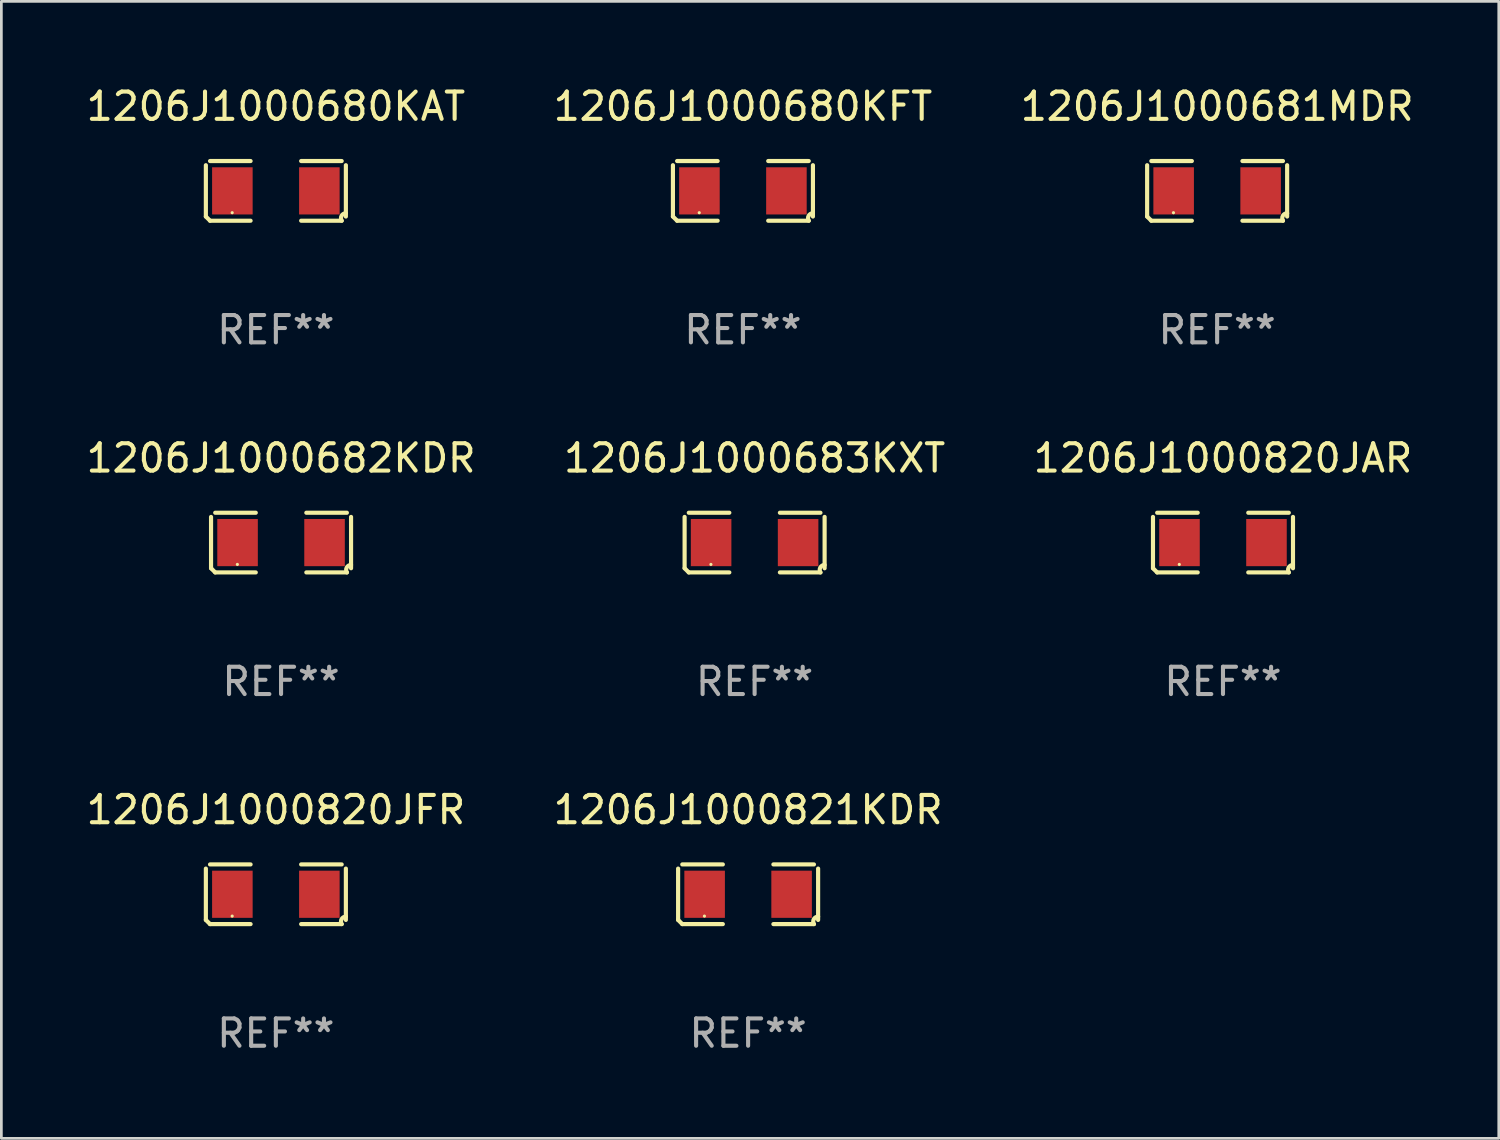
<source format=kicad_pcb>
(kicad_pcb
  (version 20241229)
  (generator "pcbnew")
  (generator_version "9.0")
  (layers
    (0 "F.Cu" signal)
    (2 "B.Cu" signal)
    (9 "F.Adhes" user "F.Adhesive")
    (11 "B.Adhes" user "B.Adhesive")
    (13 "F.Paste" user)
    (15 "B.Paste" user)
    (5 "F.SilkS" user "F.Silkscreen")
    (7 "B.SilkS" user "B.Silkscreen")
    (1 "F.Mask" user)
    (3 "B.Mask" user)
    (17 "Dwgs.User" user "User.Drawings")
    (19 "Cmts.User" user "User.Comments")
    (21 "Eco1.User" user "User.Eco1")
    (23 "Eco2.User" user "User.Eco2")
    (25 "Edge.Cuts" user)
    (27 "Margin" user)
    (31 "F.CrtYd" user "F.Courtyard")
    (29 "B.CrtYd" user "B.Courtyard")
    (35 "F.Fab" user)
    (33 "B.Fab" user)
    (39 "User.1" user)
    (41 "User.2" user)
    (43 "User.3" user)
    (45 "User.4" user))
  (footprint "1206J1000683KXT"
    (layer "F.Cu")
    (at 24.589 16.823)
    (property "Reference" "1206J1000683KXT" (at 0 -3.093 0) (layer "F.SilkS") (effects (font (size 1 1) (thickness 0.15))))
    (attr through_hole)
    (fp_line (start -2.564 0.94) (end -2.564 -0.94) (stroke (width 0.152) (type solid)) (layer "F.SilkS"))
    (fp_line (start -2.411 -1.093) (end -0.926 -1.093) (stroke (width 0.152) (type solid)) (layer "F.SilkS"))
    (fp_line (start -0.926 1.093) (end -2.411 1.093) (stroke (width 0.152) (type solid)) (layer "F.SilkS"))
    (fp_line (start 0.926 1.093) (end 2.411 1.093) (stroke (width 0.152) (type solid)) (layer "F.SilkS"))
    (fp_line (start 2.411 -1.093) (end 0.926 -1.093) (stroke (width 0.152) (type solid)) (layer "F.SilkS"))
    (fp_line (start 2.564 0.94) (end 2.564 -0.94) (stroke (width 0.152) (type solid)) (layer "F.SilkS"))
    (fp_arc (start -2.411201 1.092609) (mid -2.487413 1.01642) (end -2.563602 0.940208) (stroke (width 0.1524) (type solid)) (layer "F.SilkS"))
    (fp_arc (start 2.411201 1.092609) (mid 2.407159 0.911226) (end 2.563602 0.819347) (stroke (width 0.1524) (type solid)) (layer "F.SilkS"))
    (fp_circle (center -1.6 0.8) (end -1.57 0.8) (stroke (width 0.06) (type solid)) (fill no) (layer "F.SilkS"))
    (fp_text user "REF**" (at 0 5.093 0) (layer "F.Fab") (effects (font (size 1 1) (thickness 0.15))))
    (pad "1" smd rect (at -1.593 0) (size 1.485 1.728) (layers "F.Cu" "F.Mask" "F.Paste"))
    (pad "2" smd rect (at 1.593 0) (size 1.485 1.728) (layers "F.Cu" "F.Mask" "F.Paste")))
  (footprint "1206J1000820JFR"
    (layer "F.Cu")
    (at 7.054 29.704)
    (property "Reference" "1206J1000820JFR" (at 0 -3.093 0) (layer "F.SilkS") (effects (font (size 1 1) (thickness 0.15))))
    (attr through_hole)
    (fp_line (start -2.564 0.94) (end -2.564 -0.94) (stroke (width 0.152) (type solid)) (layer "F.SilkS"))
    (fp_line (start -2.411 -1.093) (end -0.926 -1.093) (stroke (width 0.152) (type solid)) (layer "F.SilkS"))
    (fp_line (start -0.926 1.093) (end -2.411 1.093) (stroke (width 0.152) (type solid)) (layer "F.SilkS"))
    (fp_line (start 0.926 1.093) (end 2.411 1.093) (stroke (width 0.152) (type solid)) (layer "F.SilkS"))
    (fp_line (start 2.411 -1.093) (end 0.926 -1.093) (stroke (width 0.152) (type solid)) (layer "F.SilkS"))
    (fp_line (start 2.564 0.94) (end 2.564 -0.94) (stroke (width 0.152) (type solid)) (layer "F.SilkS"))
    (fp_arc (start -2.411201 1.092609) (mid -2.487413 1.01642) (end -2.563602 0.940208) (stroke (width 0.1524) (type solid)) (layer "F.SilkS"))
    (fp_arc (start 2.411201 1.092609) (mid 2.407159 0.911226) (end 2.563602 0.819347) (stroke (width 0.1524) (type solid)) (layer "F.SilkS"))
    (fp_circle (center -1.6 0.8) (end -1.57 0.8) (stroke (width 0.06) (type solid)) (fill no) (layer "F.SilkS"))
    (fp_text user "REF**" (at 0 5.093 0) (layer "F.Fab") (effects (font (size 1 1) (thickness 0.15))))
    (pad "1" smd rect (at -1.593 0) (size 1.485 1.728) (layers "F.Cu" "F.Mask" "F.Paste"))
    (pad "2" smd rect (at 1.593 0) (size 1.485 1.728) (layers "F.Cu" "F.Mask" "F.Paste")))
  (footprint "1206J1000680KFT"
    (layer "F.Cu")
    (at 24.161 3.941)
    (property "Reference" "1206J1000680KFT" (at 0 -3.093 0) (layer "F.SilkS") (effects (font (size 1 1) (thickness 0.15))))
    (attr through_hole)
    (fp_line (start -2.564 0.94) (end -2.564 -0.94) (stroke (width 0.152) (type solid)) (layer "F.SilkS"))
    (fp_line (start -2.411 -1.093) (end -0.926 -1.093) (stroke (width 0.152) (type solid)) (layer "F.SilkS"))
    (fp_line (start -0.926 1.093) (end -2.411 1.093) (stroke (width 0.152) (type solid)) (layer "F.SilkS"))
    (fp_line (start 0.926 1.093) (end 2.411 1.093) (stroke (width 0.152) (type solid)) (layer "F.SilkS"))
    (fp_line (start 2.411 -1.093) (end 0.926 -1.093) (stroke (width 0.152) (type solid)) (layer "F.SilkS"))
    (fp_line (start 2.564 0.94) (end 2.564 -0.94) (stroke (width 0.152) (type solid)) (layer "F.SilkS"))
    (fp_arc (start -2.411201 1.092609) (mid -2.487413 1.01642) (end -2.563602 0.940208) (stroke (width 0.1524) (type solid)) (layer "F.SilkS"))
    (fp_arc (start 2.411201 1.092609) (mid 2.407159 0.911226) (end 2.563602 0.819347) (stroke (width 0.1524) (type solid)) (layer "F.SilkS"))
    (fp_circle (center -1.6 0.8) (end -1.57 0.8) (stroke (width 0.06) (type solid)) (fill no) (layer "F.SilkS"))
    (fp_text user "REF**" (at 0 5.093 0) (layer "F.Fab") (effects (font (size 1 1) (thickness 0.15))))
    (pad "1" smd rect (at -1.593 0) (size 1.485 1.728) (layers "F.Cu" "F.Mask" "F.Paste"))
    (pad "2" smd rect (at 1.593 0) (size 1.485 1.728) (layers "F.Cu" "F.Mask" "F.Paste")))
  (footprint "1206J1000682KDR"
    (layer "F.Cu")
    (at 7.244 16.823)
    (property "Reference" "1206J1000682KDR" (at 0 -3.093 0) (layer "F.SilkS") (effects (font (size 1 1) (thickness 0.15))))
    (attr through_hole)
    (fp_line (start -2.564 0.94) (end -2.564 -0.94) (stroke (width 0.152) (type solid)) (layer "F.SilkS"))
    (fp_line (start -2.411 -1.093) (end -0.926 -1.093) (stroke (width 0.152) (type solid)) (layer "F.SilkS"))
    (fp_line (start -0.926 1.093) (end -2.411 1.093) (stroke (width 0.152) (type solid)) (layer "F.SilkS"))
    (fp_line (start 0.926 1.093) (end 2.411 1.093) (stroke (width 0.152) (type solid)) (layer "F.SilkS"))
    (fp_line (start 2.411 -1.093) (end 0.926 -1.093) (stroke (width 0.152) (type solid)) (layer "F.SilkS"))
    (fp_line (start 2.564 0.94) (end 2.564 -0.94) (stroke (width 0.152) (type solid)) (layer "F.SilkS"))
    (fp_arc (start -2.411201 1.092609) (mid -2.487413 1.01642) (end -2.563602 0.940208) (stroke (width 0.1524) (type solid)) (layer "F.SilkS"))
    (fp_arc (start 2.411201 1.092609) (mid 2.407159 0.911226) (end 2.563602 0.819347) (stroke (width 0.1524) (type solid)) (layer "F.SilkS"))
    (fp_circle (center -1.6 0.8) (end -1.57 0.8) (stroke (width 0.06) (type solid)) (fill no) (layer "F.SilkS"))
    (fp_text user "REF**" (at 0 5.093 0) (layer "F.Fab") (effects (font (size 1 1) (thickness 0.15))))
    (pad "1" smd rect (at -1.593 0) (size 1.485 1.728) (layers "F.Cu" "F.Mask" "F.Paste"))
    (pad "2" smd rect (at 1.593 0) (size 1.485 1.728) (layers "F.Cu" "F.Mask" "F.Paste")))
  (footprint "1206J1000680KAT"
    (layer "F.Cu")
    (at 7.054 3.941)
    (property "Reference" "1206J1000680KAT" (at 0 -3.093 0) (layer "F.SilkS") (effects (font (size 1 1) (thickness 0.15))))
    (attr through_hole)
    (fp_line (start -2.564 0.94) (end -2.564 -0.94) (stroke (width 0.152) (type solid)) (layer "F.SilkS"))
    (fp_line (start -2.411 -1.093) (end -0.926 -1.093) (stroke (width 0.152) (type solid)) (layer "F.SilkS"))
    (fp_line (start -0.926 1.093) (end -2.411 1.093) (stroke (width 0.152) (type solid)) (layer "F.SilkS"))
    (fp_line (start 0.926 1.093) (end 2.411 1.093) (stroke (width 0.152) (type solid)) (layer "F.SilkS"))
    (fp_line (start 2.411 -1.093) (end 0.926 -1.093) (stroke (width 0.152) (type solid)) (layer "F.SilkS"))
    (fp_line (start 2.564 0.94) (end 2.564 -0.94) (stroke (width 0.152) (type solid)) (layer "F.SilkS"))
    (fp_arc (start -2.411201 1.092609) (mid -2.487413 1.01642) (end -2.563602 0.940208) (stroke (width 0.1524) (type solid)) (layer "F.SilkS"))
    (fp_arc (start 2.411201 1.092609) (mid 2.407159 0.911226) (end 2.563602 0.819347) (stroke (width 0.1524) (type solid)) (layer "F.SilkS"))
    (fp_circle (center -1.6 0.8) (end -1.57 0.8) (stroke (width 0.06) (type solid)) (fill no) (layer "F.SilkS"))
    (fp_text user "REF**" (at 0 5.093 0) (layer "F.Fab") (effects (font (size 1 1) (thickness 0.15))))
    (pad "1" smd rect (at -1.593 0) (size 1.485 1.728) (layers "F.Cu" "F.Mask" "F.Paste"))
    (pad "2" smd rect (at 1.593 0) (size 1.485 1.728) (layers "F.Cu" "F.Mask" "F.Paste")))
  (footprint "1206J1000820JAR"
    (layer "F.Cu")
    (at 41.744 16.823)
    (property "Reference" "1206J1000820JAR" (at 0 -3.093 0) (layer "F.SilkS") (effects (font (size 1 1) (thickness 0.15))))
    (attr through_hole)
    (fp_line (start -2.564 0.94) (end -2.564 -0.94) (stroke (width 0.152) (type solid)) (layer "F.SilkS"))
    (fp_line (start -2.411 -1.093) (end -0.926 -1.093) (stroke (width 0.152) (type solid)) (layer "F.SilkS"))
    (fp_line (start -0.926 1.093) (end -2.411 1.093) (stroke (width 0.152) (type solid)) (layer "F.SilkS"))
    (fp_line (start 0.926 1.093) (end 2.411 1.093) (stroke (width 0.152) (type solid)) (layer "F.SilkS"))
    (fp_line (start 2.411 -1.093) (end 0.926 -1.093) (stroke (width 0.152) (type solid)) (layer "F.SilkS"))
    (fp_line (start 2.564 0.94) (end 2.564 -0.94) (stroke (width 0.152) (type solid)) (layer "F.SilkS"))
    (fp_arc (start -2.411201 1.092609) (mid -2.487413 1.01642) (end -2.563602 0.940208) (stroke (width 0.1524) (type solid)) (layer "F.SilkS"))
    (fp_arc (start 2.411201 1.092609) (mid 2.407159 0.911226) (end 2.563602 0.819347) (stroke (width 0.1524) (type solid)) (layer "F.SilkS"))
    (fp_circle (center -1.6 0.8) (end -1.57 0.8) (stroke (width 0.06) (type solid)) (fill no) (layer "F.SilkS"))
    (fp_text user "REF**" (at 0 5.093 0) (layer "F.Fab") (effects (font (size 1 1) (thickness 0.15))))
    (pad "1" smd rect (at -1.593 0) (size 1.485 1.728) (layers "F.Cu" "F.Mask" "F.Paste"))
    (pad "2" smd rect (at 1.593 0) (size 1.485 1.728) (layers "F.Cu" "F.Mask" "F.Paste")))
  (footprint "1206J1000681MDR"
    (layer "F.Cu")
    (at 41.53 3.941)
    (property "Reference" "1206J1000681MDR" (at 0 -3.093 0) (layer "F.SilkS") (effects (font (size 1 1) (thickness 0.15))))
    (attr through_hole)
    (fp_line (start -2.564 0.94) (end -2.564 -0.94) (stroke (width 0.152) (type solid)) (layer "F.SilkS"))
    (fp_line (start -2.411 -1.093) (end -0.926 -1.093) (stroke (width 0.152) (type solid)) (layer "F.SilkS"))
    (fp_line (start -0.926 1.093) (end -2.411 1.093) (stroke (width 0.152) (type solid)) (layer "F.SilkS"))
    (fp_line (start 0.926 1.093) (end 2.411 1.093) (stroke (width 0.152) (type solid)) (layer "F.SilkS"))
    (fp_line (start 2.411 -1.093) (end 0.926 -1.093) (stroke (width 0.152) (type solid)) (layer "F.SilkS"))
    (fp_line (start 2.564 0.94) (end 2.564 -0.94) (stroke (width 0.152) (type solid)) (layer "F.SilkS"))
    (fp_arc (start -2.411201 1.092609) (mid -2.487413 1.01642) (end -2.563602 0.940208) (stroke (width 0.1524) (type solid)) (layer "F.SilkS"))
    (fp_arc (start 2.411201 1.092609) (mid 2.407159 0.911226) (end 2.563602 0.819347) (stroke (width 0.1524) (type solid)) (layer "F.SilkS"))
    (fp_circle (center -1.6 0.8) (end -1.57 0.8) (stroke (width 0.06) (type solid)) (fill no) (layer "F.SilkS"))
    (fp_text user "REF**" (at 0 5.093 0) (layer "F.Fab") (effects (font (size 1 1) (thickness 0.15))))
    (pad "1" smd rect (at -1.593 0) (size 1.485 1.728) (layers "F.Cu" "F.Mask" "F.Paste"))
    (pad "2" smd rect (at 1.593 0) (size 1.485 1.728) (layers "F.Cu" "F.Mask" "F.Paste")))
  (footprint "1206J1000821KDR"
    (layer "F.Cu")
    (at 24.351 29.704)
    (property "Reference" "1206J1000821KDR" (at 0 -3.093 0) (layer "F.SilkS") (effects (font (size 1 1) (thickness 0.15))))
    (attr through_hole)
    (fp_line (start -2.564 0.94) (end -2.564 -0.94) (stroke (width 0.152) (type solid)) (layer "F.SilkS"))
    (fp_line (start -2.411 -1.093) (end -0.926 -1.093) (stroke (width 0.152) (type solid)) (layer "F.SilkS"))
    (fp_line (start -0.926 1.093) (end -2.411 1.093) (stroke (width 0.152) (type solid)) (layer "F.SilkS"))
    (fp_line (start 0.926 1.093) (end 2.411 1.093) (stroke (width 0.152) (type solid)) (layer "F.SilkS"))
    (fp_line (start 2.411 -1.093) (end 0.926 -1.093) (stroke (width 0.152) (type solid)) (layer "F.SilkS"))
    (fp_line (start 2.564 0.94) (end 2.564 -0.94) (stroke (width 0.152) (type solid)) (layer "F.SilkS"))
    (fp_arc (start -2.411201 1.092609) (mid -2.487413 1.01642) (end -2.563602 0.940208) (stroke (width 0.1524) (type solid)) (layer "F.SilkS"))
    (fp_arc (start 2.411201 1.092609) (mid 2.407159 0.911226) (end 2.563602 0.819347) (stroke (width 0.1524) (type solid)) (layer "F.SilkS"))
    (fp_circle (center -1.6 0.8) (end -1.57 0.8) (stroke (width 0.06) (type solid)) (fill no) (layer "F.SilkS"))
    (fp_text user "REF**" (at 0 5.093 0) (layer "F.Fab") (effects (font (size 1 1) (thickness 0.15))))
    (pad "1" smd rect (at -1.593 0) (size 1.485 1.728) (layers "F.Cu" "F.Mask" "F.Paste"))
    (pad "2" smd rect (at 1.593 0) (size 1.485 1.728) (layers "F.Cu" "F.Mask" "F.Paste")))
  (gr_rect
    (start -3 -3)
    (end 51.845 38.645)
    (stroke (width 0.1) (type default))
    (fill no)
    (layer "Edge.Cuts")))
</source>
